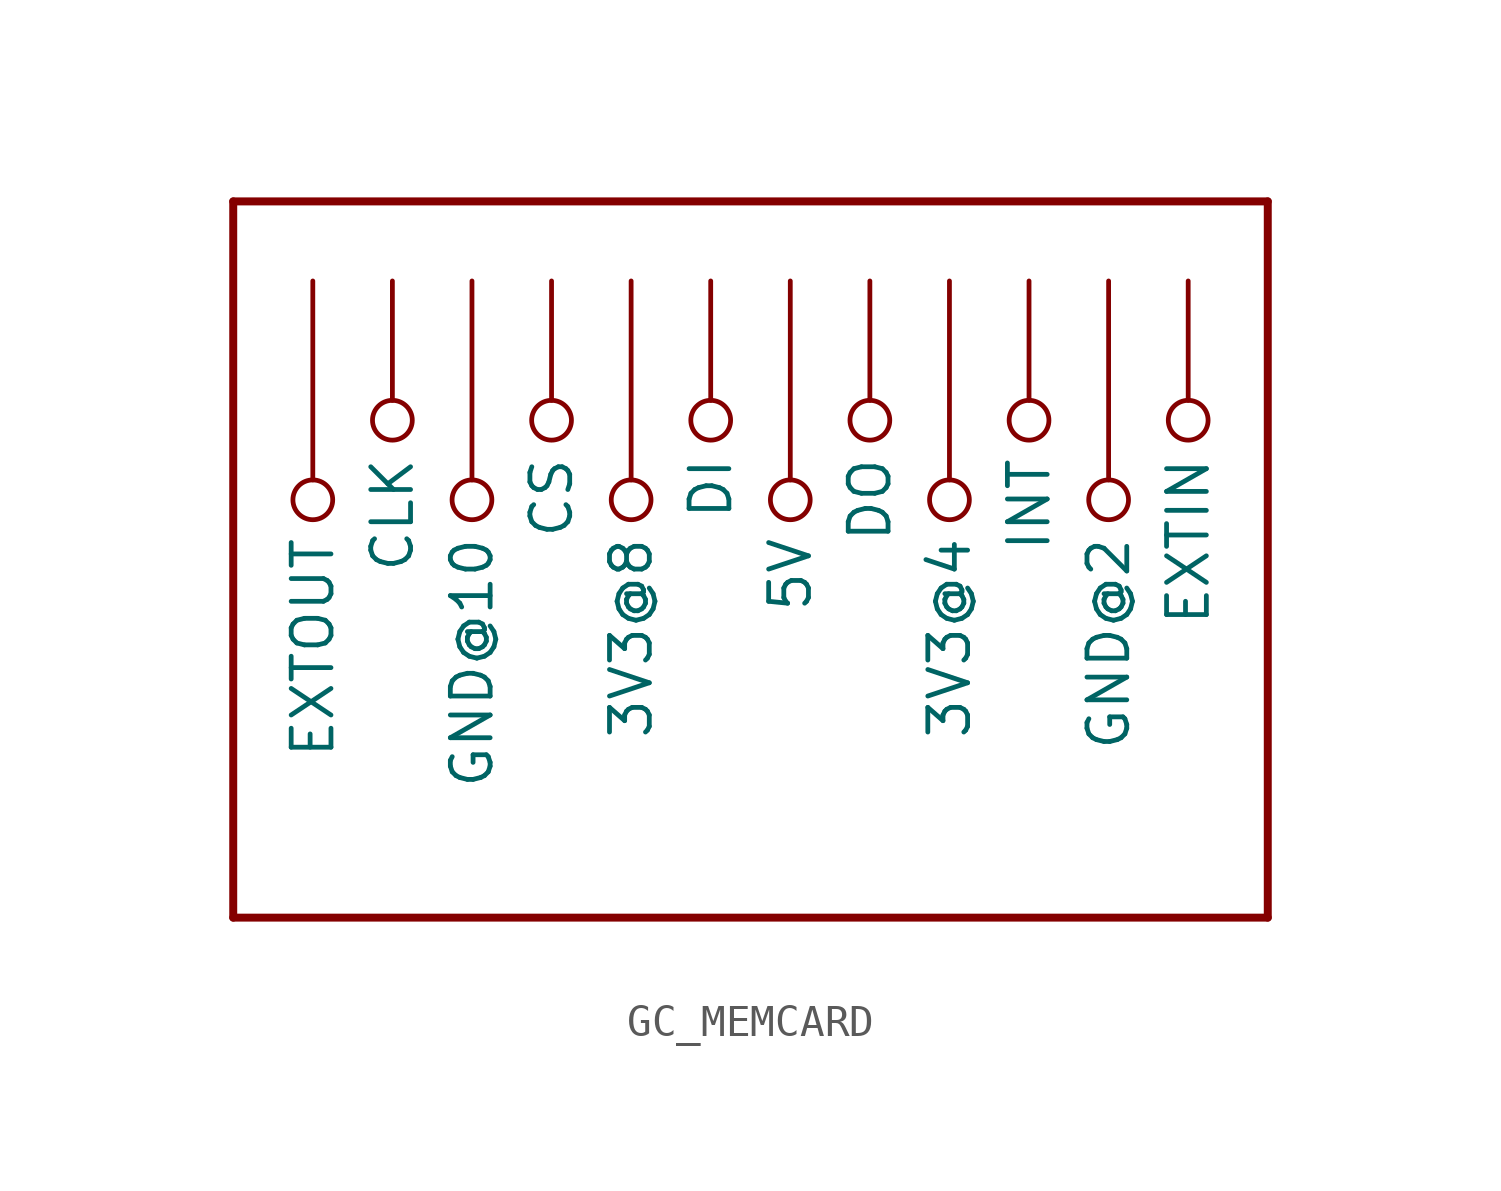
<source format=kicad_sym>
(kicad_symbol_lib
  (version 20211014)
  (generator kicad_symbol_editor)
  (symbol "GC_MEMCARD"
    (property "Reference" "J3"
      (at 0 0 0)
      (effects (font (size 1.27 1.27)) hide))
    (property "ki_locked" ""
      (at 0 0 0)
      (effects (font (size 1.27 1.27))))
    (symbol "GC_MEMCARD_1_0"
      (polyline (pts (xy -15.24 -10.16) (xy -15.24 12.7)) (stroke (width 0.254) (type default) (color 0 0 0 0)) (fill (type none)))
      (polyline (pts (xy -15.24 12.7) (xy 17.78 12.7)) (stroke (width 0.254) (type default) (color 0 0 0 0)) (fill (type none)))
      (polyline (pts (xy 17.78 -10.16) (xy -15.24 -10.16)) (stroke (width 0.254) (type default) (color 0 0 0 0)) (fill (type none)))
      (polyline (pts (xy 17.78 12.7) (xy 17.78 -10.16)) (stroke (width 0.254) (type default) (color 0 0 0 0)) (fill (type none)))
      (pin bidirectional inverted (at 15.24 10.16 270) (length 5.08) (name "EXTIN" (effects (font (size 1.27 1.27)))) (number "1" (effects (font (size 0 0)))))
      (pin bidirectional inverted (at -7.62 10.16 270) (length 7.62) (name "GND@10" (effects (font (size 1.27 1.27)))) (number "10" (effects (font (size 0 0)))))
      (pin bidirectional inverted (at -10.16 10.16 270) (length 5.08) (name "CLK" (effects (font (size 1.27 1.27)))) (number "11" (effects (font (size 0 0)))))
      (pin bidirectional inverted (at -12.7 10.16 270) (length 7.62) (name "EXTOUT" (effects (font (size 1.27 1.27)))) (number "12" (effects (font (size 0 0)))))
      (pin bidirectional inverted (at 12.7 10.16 270) (length 7.62) (name "GND@2" (effects (font (size 1.27 1.27)))) (number "2" (effects (font (size 0 0)))))
      (pin bidirectional inverted (at 10.16 10.16 270) (length 5.08) (name "INT" (effects (font (size 1.27 1.27)))) (number "3" (effects (font (size 0 0)))))
      (pin bidirectional inverted (at 7.62 10.16 270) (length 7.62) (name "3V3@4" (effects (font (size 1.27 1.27)))) (number "4" (effects (font (size 0 0)))))
      (pin bidirectional inverted (at 5.08 10.16 270) (length 5.08) (name "DO" (effects (font (size 1.27 1.27)))) (number "5" (effects (font (size 0 0)))))
      (pin bidirectional inverted (at 2.54 10.16 270) (length 7.62) (name "5V" (effects (font (size 1.27 1.27)))) (number "6" (effects (font (size 0 0)))))
      (pin bidirectional inverted (at 0 10.16 270) (length 5.08) (name "DI" (effects (font (size 1.27 1.27)))) (number "7" (effects (font (size 0 0)))))
      (pin bidirectional inverted (at -2.54 10.16 270) (length 7.62) (name "3V3@8" (effects (font (size 1.27 1.27)))) (number "8" (effects (font (size 0 0)))))
      (pin bidirectional inverted (at -5.08 10.16 270) (length 5.08) (name "CS" (effects (font (size 1.27 1.27)))) (number "9" (effects (font (size 0 0))))))))
</source>
